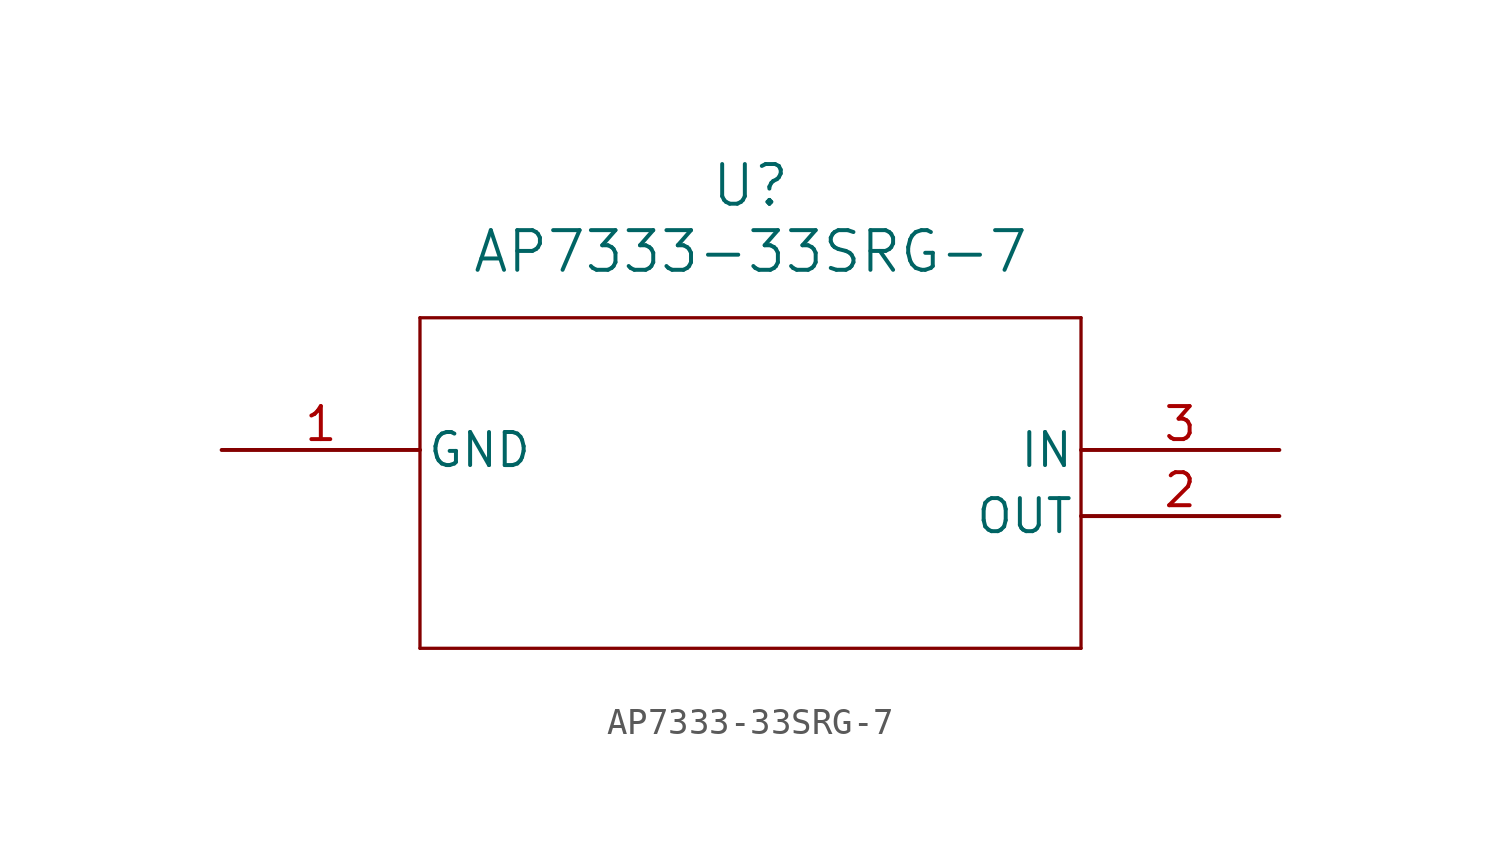
<source format=kicad_sym>
(kicad_symbol_lib
  (version 20211014)
  (generator kicad_symbol_editor)
  (symbol "AP7333-33SRG-7"
    (pin_names
      (offset 0.254))
    (property "Reference" "U"
      (at 20.32 10.16 0)
      (effects (font (size 1.524 1.524))))
    (property "Value" "AP7333-33SRG-7"
      (at 20.32 7.62 0)
      (effects (font (size 1.524 1.524))))
    (symbol "AP7333-33SRG-7_0_1"
      (polyline (pts (xy 7.62 5.08) (xy 7.62 -7.62)) (stroke (width 0.127) (type default) (color 0 0 0 0)) (fill (type none)))
      (polyline (pts (xy 7.62 -7.62) (xy 33.02 -7.62)) (stroke (width 0.127) (type default) (color 0 0 0 0)) (fill (type none)))
      (polyline (pts (xy 33.02 -7.62) (xy 33.02 5.08)) (stroke (width 0.127) (type default) (color 0 0 0 0)) (fill (type none)))
      (polyline (pts (xy 33.02 5.08) (xy 7.62 5.08)) (stroke (width 0.127) (type default) (color 0 0 0 0)) (fill (type none)))
      (pin power_out line (at 0 0 0) (length 7.62) (name "GND" (effects (font (size 1.27 1.27)))) (number "1" (effects (font (size 1.27 1.27)))))
      (pin output line (at 40.64 -2.54 180) (length 7.62) (name "OUT" (effects (font (size 1.27 1.27)))) (number "2" (effects (font (size 1.27 1.27)))))
      (pin input line (at 40.64 0 180) (length 7.62) (name "IN" (effects (font (size 1.27 1.27)))) (number "3" (effects (font (size 1.27 1.27))))))))
</source>
